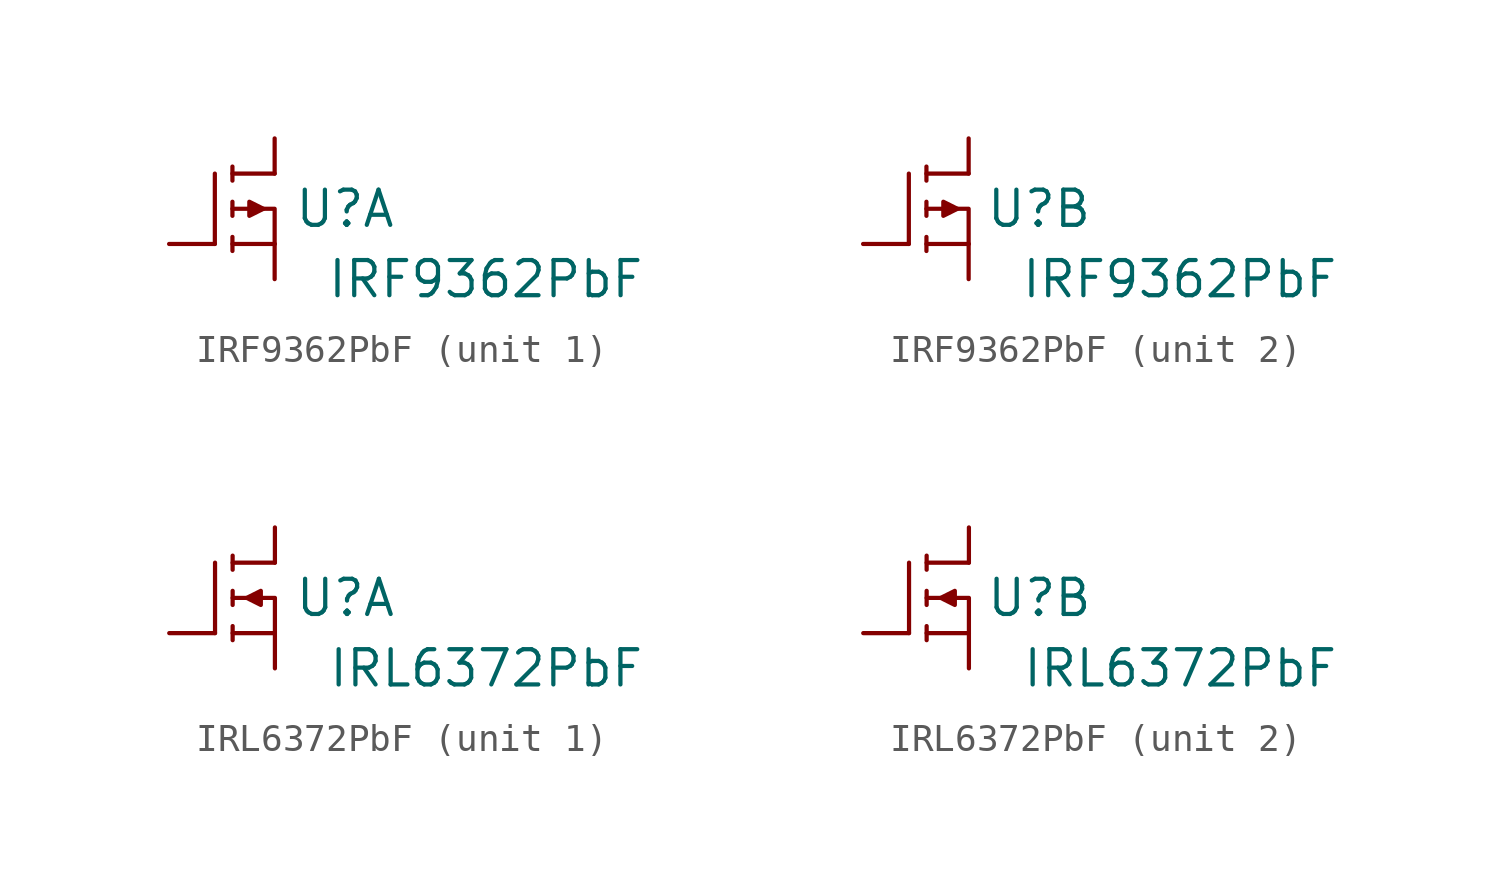
<source format=kicad_sym>
(kicad_symbol_lib
  (version 20211014)
  (generator kicad_symbol_editor)
  (symbol "IRF9362PbF"
    (pin_numbers hide)
    (pin_names hide)
    (property "Reference" "U"
      (at 3.81 0 0)
      (effects (font (size 1.27 1.27))))
    (property "Value" "IRF9362PbF"
      (at 8.89 -2.54 0)
      (effects (font (size 1.27 1.27))))
    (symbol "IRF9362PbF_0_1"
      (polyline (pts (xy -0.889 1.27) (xy -0.889 -1.27)) (stroke (width 0) (type default) (color 0 0 0 0)) (fill (type none)))
      (polyline (pts (xy -0.254 -1.016) (xy -0.254 -1.524)) (stroke (width 0) (type default) (color 0 0 0 0)) (fill (type none)))
      (polyline (pts (xy -0.254 0.254) (xy -0.254 -0.254)) (stroke (width 0) (type default) (color 0 0 0 0)) (fill (type none)))
      (polyline (pts (xy -0.254 1.524) (xy -0.254 1.016)) (stroke (width 0) (type default) (color 0 0 0 0)) (fill (type none)))
      (polyline (pts (xy -0.254 -1.27) (xy 1.27 -1.27) (xy 1.27 -1.27)) (stroke (width 0) (type default) (color 0 0 0 0)) (fill (type outline)))
      (polyline (pts (xy -0.254 0) (xy 1.27 0) (xy 1.27 -1.27)) (stroke (width 0) (type default) (color 0 0 0 0)) (fill (type none)))
      (polyline (pts (xy -0.254 1.27) (xy 1.27 1.27) (xy 1.27 1.27)) (stroke (width 0) (type default) (color 0 0 0 0)) (fill (type outline)))
      (polyline (pts (xy 0.864 0) (xy 0.356 0.254) (xy 0.356 -0.254) (xy 0.864 0)) (stroke (width 0) (type default) (color 0 0 0 0)) (fill (type outline))))
    (symbol "IRF9362PbF_1_1"
      (pin passive line (at 1.27 -2.54 90) (length 1.27) (name "S1" (effects (font (size 0.508 0.508)))) (number "1" (effects (font (size 0.635 0.635)))))
      (pin passive line (at -2.54 -1.27 0) (length 1.651) (name "G1" (effects (font (size 0.508 0.508)))) (number "2" (effects (font (size 0.635 0.635)))))
      (pin passive line (at 1.27 2.54 270) (length 1.27) hide (name "D1" (effects (font (size 0.508 0.508)))) (number "7" (effects (font (size 0.508 0.508)))))
      (pin passive line (at 1.27 2.54 270) (length 1.27) (name "D1" (effects (font (size 0.508 0.508)))) (number "8" (effects (font (size 0.508 0.508))))))
    (symbol "IRF9362PbF_2_1"
      (pin passive line (at 1.27 -2.54 90) (length 1.27) (name "S2" (effects (font (size 0.508 0.508)))) (number "3" (effects (font (size 0.635 0.635)))))
      (pin passive line (at -2.54 -1.27 0) (length 1.651) (name "G2" (effects (font (size 0.508 0.508)))) (number "4" (effects (font (size 0.635 0.635)))))
      (pin passive line (at 1.27 2.54 270) (length 1.27) hide (name "D2" (effects (font (size 0.508 0.508)))) (number "5" (effects (font (size 0.508 0.508)))))
      (pin passive line (at 1.27 2.54 270) (length 1.27) (name "D2" (effects (font (size 0.508 0.508)))) (number "6" (effects (font (size 0.508 0.508)))))))
  (symbol "IRL6372PbF"
    (pin_numbers hide)
    (pin_names hide)
    (property "Reference" "U"
      (at 3.81 0 0)
      (effects (font (size 1.27 1.27))))
    (property "Value" "IRL6372PbF"
      (at 8.89 -2.54 0)
      (effects (font (size 1.27 1.27))))
    (symbol "IRL6372PbF_0_1"
      (polyline (pts (xy -0.889 1.27) (xy -0.889 -1.27)) (stroke (width 0) (type default) (color 0 0 0 0)) (fill (type none)))
      (polyline (pts (xy -0.254 -1.016) (xy -0.254 -1.524)) (stroke (width 0) (type default) (color 0 0 0 0)) (fill (type none)))
      (polyline (pts (xy -0.254 0.254) (xy -0.254 -0.254)) (stroke (width 0) (type default) (color 0 0 0 0)) (fill (type none)))
      (polyline (pts (xy -0.254 1.524) (xy -0.254 1.016)) (stroke (width 0) (type default) (color 0 0 0 0)) (fill (type none)))
      (polyline (pts (xy -0.254 -1.27) (xy 1.27 -1.27) (xy 1.27 -1.27)) (stroke (width 0) (type default) (color 0 0 0 0)) (fill (type outline)))
      (polyline (pts (xy -0.254 0) (xy 1.27 0) (xy 1.27 -1.27)) (stroke (width 0) (type default) (color 0 0 0 0)) (fill (type none)))
      (polyline (pts (xy -0.254 1.27) (xy 1.27 1.27) (xy 1.27 1.27)) (stroke (width 0) (type default) (color 0 0 0 0)) (fill (type outline)))
      (polyline (pts (xy 0.254 0) (xy 0.762 0.254) (xy 0.762 -0.254) (xy 0.254 0)) (stroke (width 0) (type default) (color 0 0 0 0)) (fill (type outline))))
    (symbol "IRL6372PbF_1_1"
      (pin passive line (at 1.27 -2.54 90) (length 1.27) (name "S2" (effects (font (size 0.508 0.508)))) (number "1" (effects (font (size 0.635 0.635)))))
      (pin passive line (at -2.54 -1.27 0) (length 1.651) (name "G2" (effects (font (size 0.508 0.508)))) (number "2" (effects (font (size 0.635 0.635)))))
      (pin passive line (at 1.27 2.54 270) (length 1.27) hide (name "D2" (effects (font (size 0.508 0.508)))) (number "7" (effects (font (size 0.508 0.508)))))
      (pin passive line (at 1.27 2.54 270) (length 1.27) (name "D2" (effects (font (size 0.508 0.508)))) (number "8" (effects (font (size 0.508 0.508))))))
    (symbol "IRL6372PbF_2_1"
      (pin passive line (at 1.27 -2.54 90) (length 1.27) (name "S1" (effects (font (size 0.508 0.508)))) (number "3" (effects (font (size 0.635 0.635)))))
      (pin passive line (at -2.54 -1.27 0) (length 1.651) (name "G1" (effects (font (size 0.508 0.508)))) (number "4" (effects (font (size 0.635 0.635)))))
      (pin passive line (at 1.27 2.54 270) (length 1.27) hide (name "D1" (effects (font (size 0.508 0.508)))) (number "5" (effects (font (size 0.508 0.508)))))
      (pin passive line (at 1.27 2.54 270) (length 1.27) (name "D1" (effects (font (size 0.508 0.508)))) (number "6" (effects (font (size 0.508 0.508))))))))
</source>
